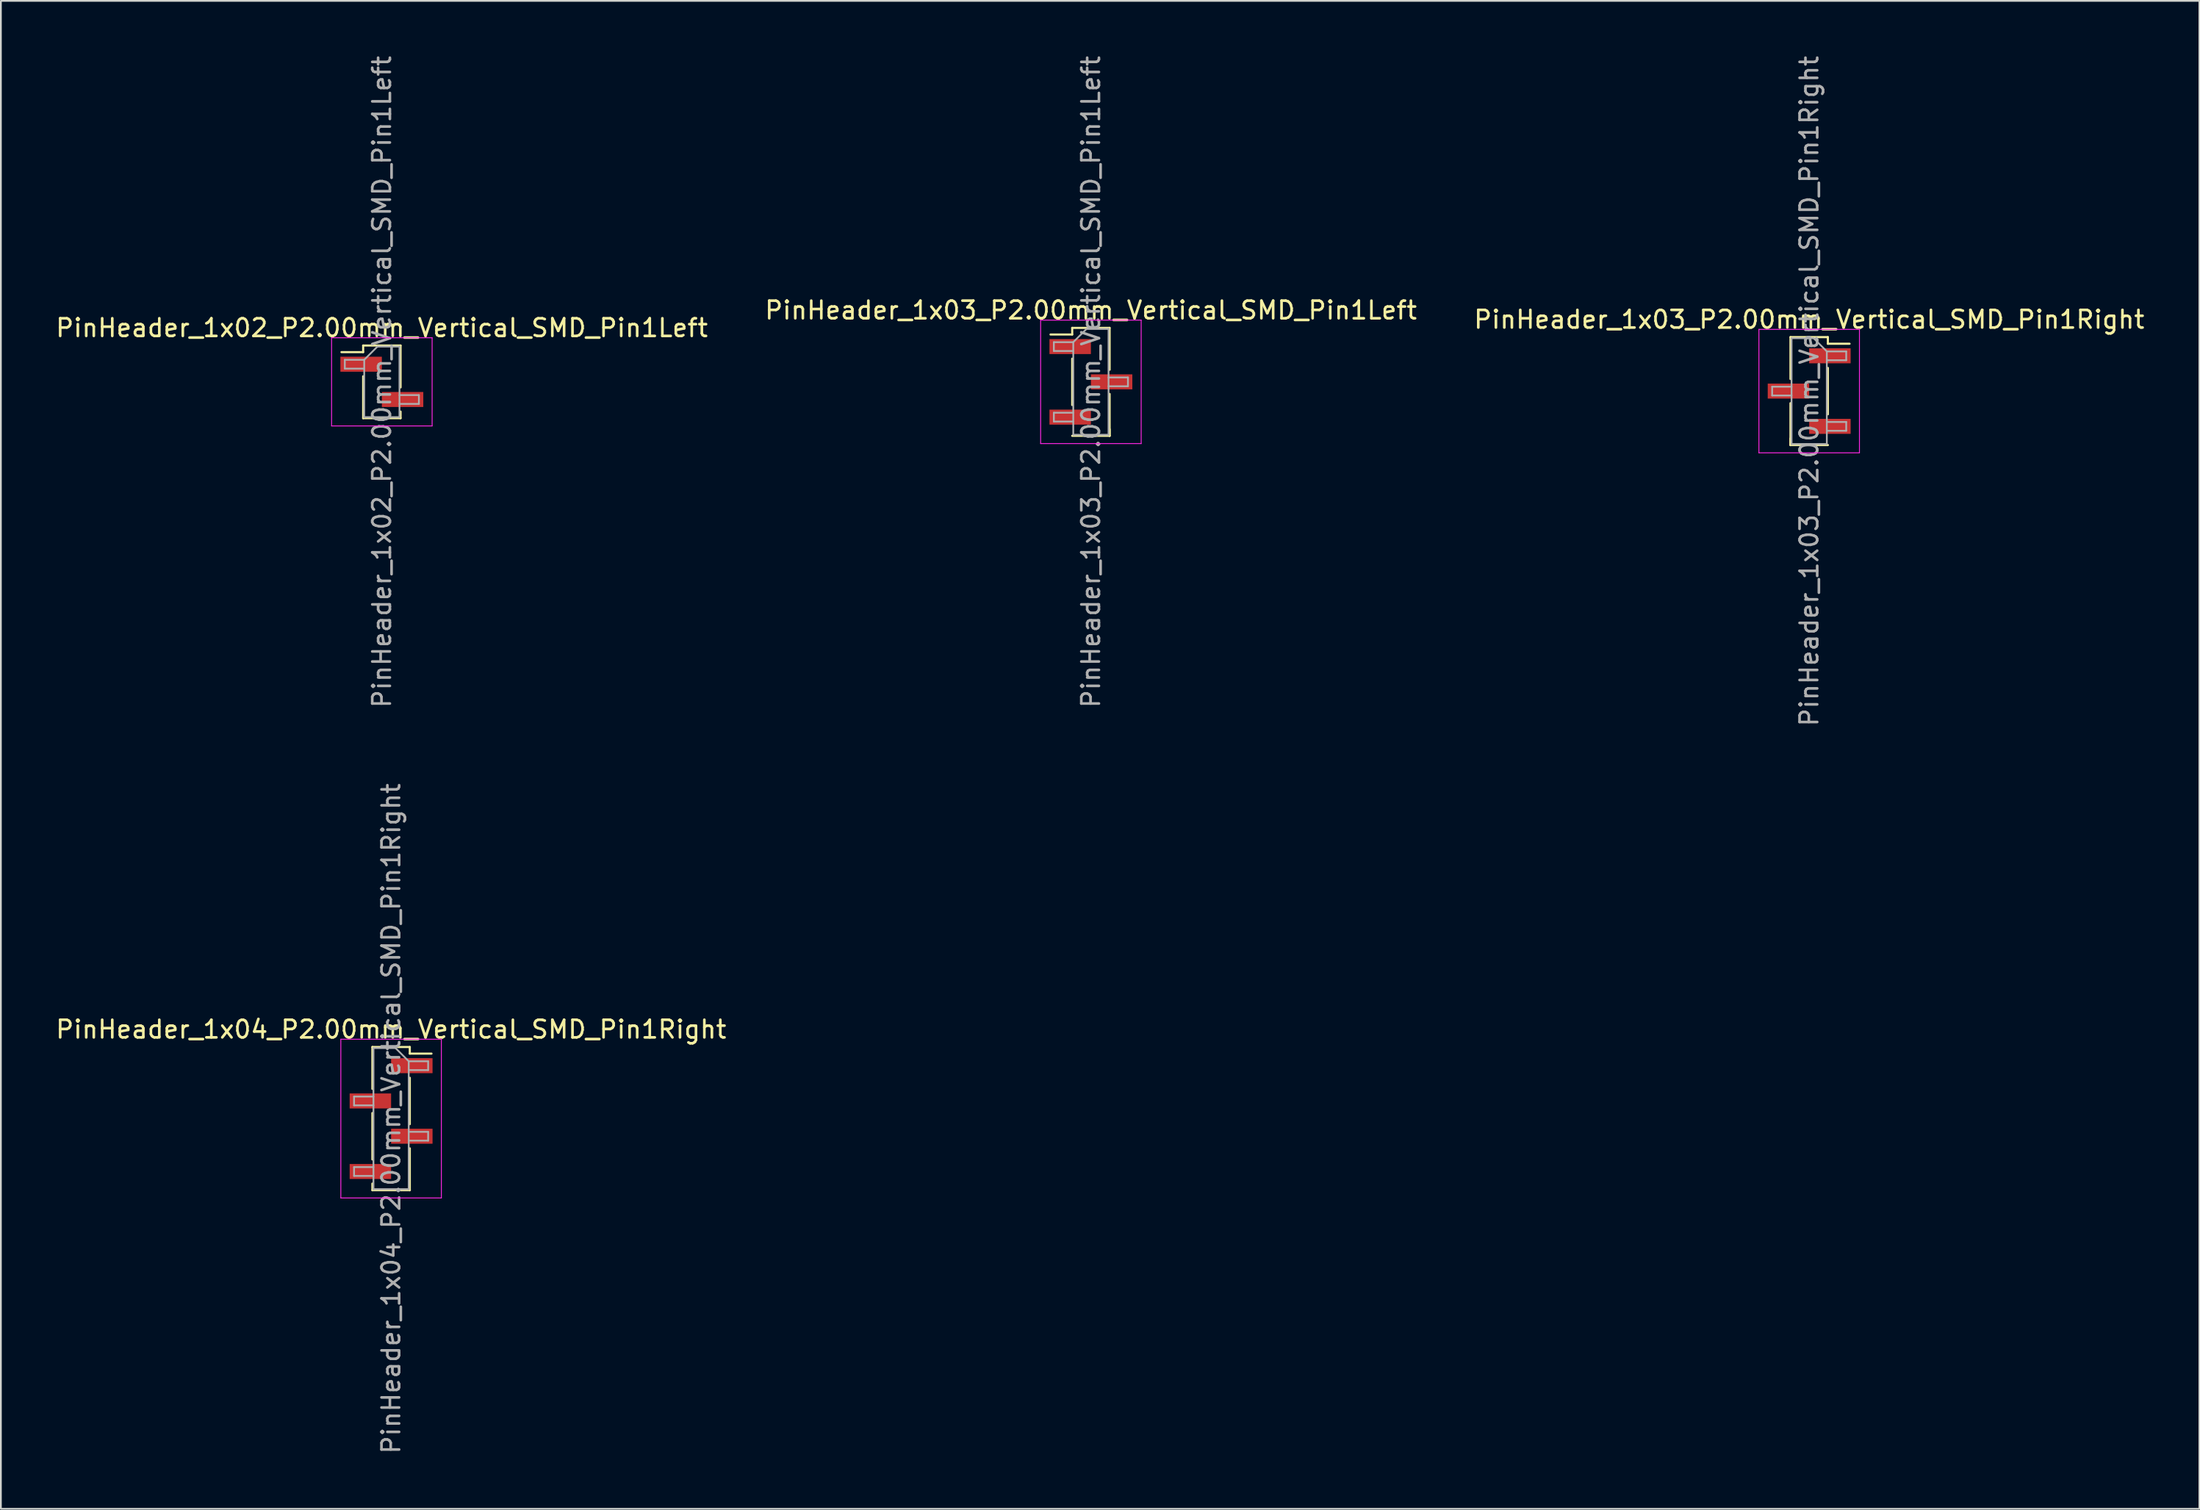
<source format=kicad_pcb>
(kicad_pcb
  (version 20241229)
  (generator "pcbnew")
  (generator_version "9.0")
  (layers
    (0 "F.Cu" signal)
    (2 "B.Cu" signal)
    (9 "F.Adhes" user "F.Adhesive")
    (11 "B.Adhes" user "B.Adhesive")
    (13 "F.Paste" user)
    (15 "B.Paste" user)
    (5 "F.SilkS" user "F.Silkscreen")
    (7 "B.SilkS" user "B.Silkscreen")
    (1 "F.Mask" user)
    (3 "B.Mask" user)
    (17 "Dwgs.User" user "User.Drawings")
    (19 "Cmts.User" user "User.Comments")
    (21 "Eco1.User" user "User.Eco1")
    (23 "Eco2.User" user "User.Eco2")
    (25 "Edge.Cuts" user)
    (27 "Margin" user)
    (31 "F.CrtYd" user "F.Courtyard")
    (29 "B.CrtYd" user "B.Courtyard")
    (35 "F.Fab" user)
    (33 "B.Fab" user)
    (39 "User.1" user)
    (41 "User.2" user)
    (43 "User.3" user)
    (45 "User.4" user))
  (footprint "PinHeader_1x03_P2.00mm_Vertical_SMD_Pin1Right"
    (layer "F.Cu")
    (at 99.53 19.125)
    (property "Reference" "PinHeader_1x03_P2.00mm_Vertical_SMD_Pin1Right" (at 0 -4.06 0) (layer "F.SilkS") (effects (font (size 1 1) (thickness 0.15))))
    (attr smd)
    (fp_line (start -1.06 -3.06) (end -1.06 -0.685) (stroke (width 0.12) (type solid)) (layer "F.SilkS"))
    (fp_line (start -1.06 -3.06) (end 1.06 -3.06) (stroke (width 0.12) (type solid)) (layer "F.SilkS"))
    (fp_line (start -1.06 0.685) (end -1.06 3.06) (stroke (width 0.12) (type solid)) (layer "F.SilkS"))
    (fp_line (start -1.06 2.685) (end -1.06 3.06) (stroke (width 0.12) (type solid)) (layer "F.SilkS"))
    (fp_line (start -1.06 3.06) (end 1.06 3.06) (stroke (width 0.12) (type solid)) (layer "F.SilkS"))
    (fp_line (start 1.06 -3.06) (end 1.06 -2.685) (stroke (width 0.12) (type solid)) (layer "F.SilkS"))
    (fp_line (start 1.06 -2.685) (end 2.29 -2.685) (stroke (width 0.12) (type solid)) (layer "F.SilkS"))
    (fp_line (start 1.06 -1.315) (end 1.06 1.315) (stroke (width 0.12) (type solid)) (layer "F.SilkS"))
    (fp_line (start -2.85 -3.5) (end -2.85 3.5) (stroke (width 0.05) (type solid)) (layer "F.CrtYd"))
    (fp_line (start -2.85 3.5) (end 2.85 3.5) (stroke (width 0.05) (type solid)) (layer "F.CrtYd"))
    (fp_line (start 2.85 -3.5) (end -2.85 -3.5) (stroke (width 0.05) (type solid)) (layer "F.CrtYd"))
    (fp_line (start 2.85 3.5) (end 2.85 -3.5) (stroke (width 0.05) (type solid)) (layer "F.CrtYd"))
    (fp_line (start -2.1 -0.25) (end -2.1 0.25) (stroke (width 0.1) (type solid)) (layer "F.Fab"))
    (fp_line (start -2.1 0.25) (end -1 0.25) (stroke (width 0.1) (type solid)) (layer "F.Fab"))
    (fp_line (start -1 -3) (end -1 3) (stroke (width 0.1) (type solid)) (layer "F.Fab"))
    (fp_line (start -1 -3) (end 0.25 -3) (stroke (width 0.1) (type solid)) (layer "F.Fab"))
    (fp_line (start -1 -0.25) (end -2.1 -0.25) (stroke (width 0.1) (type solid)) (layer "F.Fab"))
    (fp_line (start 1 -2.25) (end 0.25 -3) (stroke (width 0.1) (type solid)) (layer "F.Fab"))
    (fp_line (start 1 -2.25) (end 2.1 -2.25) (stroke (width 0.1) (type solid)) (layer "F.Fab"))
    (fp_line (start 1 1.75) (end 2.1 1.75) (stroke (width 0.1) (type solid)) (layer "F.Fab"))
    (fp_line (start 1 3) (end -1 3) (stroke (width 0.1) (type solid)) (layer "F.Fab"))
    (fp_line (start 1 3) (end 1 -2.25) (stroke (width 0.1) (type solid)) (layer "F.Fab"))
    (fp_line (start 2.1 -2.25) (end 2.1 -1.75) (stroke (width 0.1) (type solid)) (layer "F.Fab"))
    (fp_line (start 2.1 -1.75) (end 1 -1.75) (stroke (width 0.1) (type solid)) (layer "F.Fab"))
    (fp_line (start 2.1 1.75) (end 2.1 2.25) (stroke (width 0.1) (type solid)) (layer "F.Fab"))
    (fp_line (start 2.1 2.25) (end 1 2.25) (stroke (width 0.1) (type solid)) (layer "F.Fab"))
    (fp_text user "${REFERENCE}" (at 0 0 90) (layer "F.Fab") (effects (font (size 1 1) (thickness 0.15))))
    (pad "1" smd rect (at 1.175 -2) (size 2.35 0.85) (layers "F.Cu" "F.Mask" "F.Paste"))
    (pad "2" smd rect (at -1.175 0) (size 2.35 0.85) (layers "F.Cu" "F.Mask" "F.Paste"))
    (pad "3" smd rect (at 1.175 2) (size 2.35 0.85) (layers "F.Cu" "F.Mask" "F.Paste")))
  (footprint "PinHeader_1x04_P2.00mm_Vertical_SMD_Pin1Right"
    (layer "F.Cu")
    (at 19.125 60.375)
    (property "Reference" "PinHeader_1x04_P2.00mm_Vertical_SMD_Pin1Right" (at 0 -5.06 0) (layer "F.SilkS") (effects (font (size 1 1) (thickness 0.15))))
    (attr smd)
    (fp_line (start -1.06 -4.06) (end -1.06 -1.685) (stroke (width 0.12) (type solid)) (layer "F.SilkS"))
    (fp_line (start -1.06 -4.06) (end 1.06 -4.06) (stroke (width 0.12) (type solid)) (layer "F.SilkS"))
    (fp_line (start -1.06 -0.315) (end -1.06 2.315) (stroke (width 0.12) (type solid)) (layer "F.SilkS"))
    (fp_line (start -1.06 3.685) (end -1.06 4.06) (stroke (width 0.12) (type solid)) (layer "F.SilkS"))
    (fp_line (start -1.06 4.06) (end 1.06 4.06) (stroke (width 0.12) (type solid)) (layer "F.SilkS"))
    (fp_line (start 1.06 -4.06) (end 1.06 -3.685) (stroke (width 0.12) (type solid)) (layer "F.SilkS"))
    (fp_line (start 1.06 -3.685) (end 2.29 -3.685) (stroke (width 0.12) (type solid)) (layer "F.SilkS"))
    (fp_line (start 1.06 -2.315) (end 1.06 0.315) (stroke (width 0.12) (type solid)) (layer "F.SilkS"))
    (fp_line (start 1.06 1.685) (end 1.06 4.06) (stroke (width 0.12) (type solid)) (layer "F.SilkS"))
    (fp_line (start -2.85 -4.5) (end -2.85 4.5) (stroke (width 0.05) (type solid)) (layer "F.CrtYd"))
    (fp_line (start -2.85 4.5) (end 2.85 4.5) (stroke (width 0.05) (type solid)) (layer "F.CrtYd"))
    (fp_line (start 2.85 -4.5) (end -2.85 -4.5) (stroke (width 0.05) (type solid)) (layer "F.CrtYd"))
    (fp_line (start 2.85 4.5) (end 2.85 -4.5) (stroke (width 0.05) (type solid)) (layer "F.CrtYd"))
    (fp_line (start -2.1 -1.25) (end -2.1 -0.75) (stroke (width 0.1) (type solid)) (layer "F.Fab"))
    (fp_line (start -2.1 -0.75) (end -1 -0.75) (stroke (width 0.1) (type solid)) (layer "F.Fab"))
    (fp_line (start -2.1 2.75) (end -2.1 3.25) (stroke (width 0.1) (type solid)) (layer "F.Fab"))
    (fp_line (start -2.1 3.25) (end -1 3.25) (stroke (width 0.1) (type solid)) (layer "F.Fab"))
    (fp_line (start -1 -4) (end -1 4) (stroke (width 0.1) (type solid)) (layer "F.Fab"))
    (fp_line (start -1 -4) (end 0.25 -4) (stroke (width 0.1) (type solid)) (layer "F.Fab"))
    (fp_line (start -1 -1.25) (end -2.1 -1.25) (stroke (width 0.1) (type solid)) (layer "F.Fab"))
    (fp_line (start -1 2.75) (end -2.1 2.75) (stroke (width 0.1) (type solid)) (layer "F.Fab"))
    (fp_line (start 1 -3.25) (end 0.25 -4) (stroke (width 0.1) (type solid)) (layer "F.Fab"))
    (fp_line (start 1 -3.25) (end 2.1 -3.25) (stroke (width 0.1) (type solid)) (layer "F.Fab"))
    (fp_line (start 1 0.75) (end 2.1 0.75) (stroke (width 0.1) (type solid)) (layer "F.Fab"))
    (fp_line (start 1 4) (end -1 4) (stroke (width 0.1) (type solid)) (layer "F.Fab"))
    (fp_line (start 1 4) (end 1 -3.25) (stroke (width 0.1) (type solid)) (layer "F.Fab"))
    (fp_line (start 2.1 -3.25) (end 2.1 -2.75) (stroke (width 0.1) (type solid)) (layer "F.Fab"))
    (fp_line (start 2.1 -2.75) (end 1 -2.75) (stroke (width 0.1) (type solid)) (layer "F.Fab"))
    (fp_line (start 2.1 0.75) (end 2.1 1.25) (stroke (width 0.1) (type solid)) (layer "F.Fab"))
    (fp_line (start 2.1 1.25) (end 1 1.25) (stroke (width 0.1) (type solid)) (layer "F.Fab"))
    (fp_text user "${REFERENCE}" (at 0 0 90) (layer "F.Fab") (effects (font (size 1 1) (thickness 0.15))))
    (pad "1" smd rect (at 1.175 -3) (size 2.35 0.85) (layers "F.Cu" "F.Mask" "F.Paste"))
    (pad "2" smd rect (at -1.175 -1) (size 2.35 0.85) (layers "F.Cu" "F.Mask" "F.Paste"))
    (pad "3" smd rect (at 1.175 1) (size 2.35 0.85) (layers "F.Cu" "F.Mask" "F.Paste"))
    (pad "4" smd rect (at -1.175 3) (size 2.35 0.85) (layers "F.Cu" "F.Mask" "F.Paste")))
  (footprint "PinHeader_1x02_P2.00mm_Vertical_SMD_Pin1Left"
    (layer "F.Cu")
    (at 18.601 18.601)
    (property "Reference" "PinHeader_1x02_P2.00mm_Vertical_SMD_Pin1Left" (at 0 -3.06 0) (layer "F.SilkS") (effects (font (size 1 1) (thickness 0.15))))
    (attr smd)
    (fp_line (start -1.06 -2.06) (end -1.06 -1.685) (stroke (width 0.12) (type solid)) (layer "F.SilkS"))
    (fp_line (start -1.06 -2.06) (end 1.06 -2.06) (stroke (width 0.12) (type solid)) (layer "F.SilkS"))
    (fp_line (start -1.06 -1.685) (end -2.29 -1.685) (stroke (width 0.12) (type solid)) (layer "F.SilkS"))
    (fp_line (start -1.06 -0.315) (end -1.06 2.06) (stroke (width 0.12) (type solid)) (layer "F.SilkS"))
    (fp_line (start -1.06 2.06) (end 1.06 2.06) (stroke (width 0.12) (type solid)) (layer "F.SilkS"))
    (fp_line (start 1.06 -2.06) (end 1.06 0.315) (stroke (width 0.12) (type solid)) (layer "F.SilkS"))
    (fp_line (start 1.06 1.685) (end 1.06 2.06) (stroke (width 0.12) (type solid)) (layer "F.SilkS"))
    (fp_line (start -2.85 -2.5) (end -2.85 2.5) (stroke (width 0.05) (type solid)) (layer "F.CrtYd"))
    (fp_line (start -2.85 2.5) (end 2.85 2.5) (stroke (width 0.05) (type solid)) (layer "F.CrtYd"))
    (fp_line (start 2.85 -2.5) (end -2.85 -2.5) (stroke (width 0.05) (type solid)) (layer "F.CrtYd"))
    (fp_line (start 2.85 2.5) (end 2.85 -2.5) (stroke (width 0.05) (type solid)) (layer "F.CrtYd"))
    (fp_line (start -2.1 -1.25) (end -2.1 -0.75) (stroke (width 0.1) (type solid)) (layer "F.Fab"))
    (fp_line (start -2.1 -0.75) (end -1 -0.75) (stroke (width 0.1) (type solid)) (layer "F.Fab"))
    (fp_line (start -1 -1.25) (end -2.1 -1.25) (stroke (width 0.1) (type solid)) (layer "F.Fab"))
    (fp_line (start -1 -1.25) (end -0.25 -2) (stroke (width 0.1) (type solid)) (layer "F.Fab"))
    (fp_line (start -1 2) (end -1 -1.25) (stroke (width 0.1) (type solid)) (layer "F.Fab"))
    (fp_line (start -0.25 -2) (end 1 -2) (stroke (width 0.1) (type solid)) (layer "F.Fab"))
    (fp_line (start 1 -2) (end 1 2) (stroke (width 0.1) (type solid)) (layer "F.Fab"))
    (fp_line (start 1 0.75) (end 2.1 0.75) (stroke (width 0.1) (type solid)) (layer "F.Fab"))
    (fp_line (start 1 2) (end -1 2) (stroke (width 0.1) (type solid)) (layer "F.Fab"))
    (fp_line (start 2.1 0.75) (end 2.1 1.25) (stroke (width 0.1) (type solid)) (layer "F.Fab"))
    (fp_line (start 2.1 1.25) (end 1 1.25) (stroke (width 0.1) (type solid)) (layer "F.Fab"))
    (fp_text user "${REFERENCE}" (at 0 0 90) (layer "F.Fab") (effects (font (size 1 1) (thickness 0.15))))
    (pad "1" smd rect (at -1.175 -1) (size 2.35 0.85) (layers "F.Cu" "F.Mask" "F.Paste"))
    (pad "2" smd rect (at 1.175 1) (size 2.35 0.85) (layers "F.Cu" "F.Mask" "F.Paste")))
  (footprint "PinHeader_1x03_P2.00mm_Vertical_SMD_Pin1Left"
    (layer "F.Cu")
    (at 58.804 18.601)
    (property "Reference" "PinHeader_1x03_P2.00mm_Vertical_SMD_Pin1Left" (at 0 -4.06 0) (layer "F.SilkS") (effects (font (size 1 1) (thickness 0.15))))
    (attr smd)
    (fp_line (start -1.06 -3.06) (end -1.06 -2.685) (stroke (width 0.12) (type solid)) (layer "F.SilkS"))
    (fp_line (start -1.06 -3.06) (end 1.06 -3.06) (stroke (width 0.12) (type solid)) (layer "F.SilkS"))
    (fp_line (start -1.06 -2.685) (end -2.29 -2.685) (stroke (width 0.12) (type solid)) (layer "F.SilkS"))
    (fp_line (start -1.06 -1.315) (end -1.06 1.315) (stroke (width 0.12) (type solid)) (layer "F.SilkS"))
    (fp_line (start -1.06 3.06) (end 1.06 3.06) (stroke (width 0.12) (type solid)) (layer "F.SilkS"))
    (fp_line (start 1.06 -3.06) (end 1.06 -0.685) (stroke (width 0.12) (type solid)) (layer "F.SilkS"))
    (fp_line (start 1.06 0.685) (end 1.06 3.06) (stroke (width 0.12) (type solid)) (layer "F.SilkS"))
    (fp_line (start 1.06 2.685) (end 1.06 3.06) (stroke (width 0.12) (type solid)) (layer "F.SilkS"))
    (fp_line (start -2.85 -3.5) (end -2.85 3.5) (stroke (width 0.05) (type solid)) (layer "F.CrtYd"))
    (fp_line (start -2.85 3.5) (end 2.85 3.5) (stroke (width 0.05) (type solid)) (layer "F.CrtYd"))
    (fp_line (start 2.85 -3.5) (end -2.85 -3.5) (stroke (width 0.05) (type solid)) (layer "F.CrtYd"))
    (fp_line (start 2.85 3.5) (end 2.85 -3.5) (stroke (width 0.05) (type solid)) (layer "F.CrtYd"))
    (fp_line (start -2.1 -2.25) (end -2.1 -1.75) (stroke (width 0.1) (type solid)) (layer "F.Fab"))
    (fp_line (start -2.1 -1.75) (end -1 -1.75) (stroke (width 0.1) (type solid)) (layer "F.Fab"))
    (fp_line (start -2.1 1.75) (end -2.1 2.25) (stroke (width 0.1) (type solid)) (layer "F.Fab"))
    (fp_line (start -2.1 2.25) (end -1 2.25) (stroke (width 0.1) (type solid)) (layer "F.Fab"))
    (fp_line (start -1 -2.25) (end -2.1 -2.25) (stroke (width 0.1) (type solid)) (layer "F.Fab"))
    (fp_line (start -1 -2.25) (end -0.25 -3) (stroke (width 0.1) (type solid)) (layer "F.Fab"))
    (fp_line (start -1 1.75) (end -2.1 1.75) (stroke (width 0.1) (type solid)) (layer "F.Fab"))
    (fp_line (start -1 3) (end -1 -2.25) (stroke (width 0.1) (type solid)) (layer "F.Fab"))
    (fp_line (start -0.25 -3) (end 1 -3) (stroke (width 0.1) (type solid)) (layer "F.Fab"))
    (fp_line (start 1 -3) (end 1 3) (stroke (width 0.1) (type solid)) (layer "F.Fab"))
    (fp_line (start 1 -0.25) (end 2.1 -0.25) (stroke (width 0.1) (type solid)) (layer "F.Fab"))
    (fp_line (start 1 3) (end -1 3) (stroke (width 0.1) (type solid)) (layer "F.Fab"))
    (fp_line (start 2.1 -0.25) (end 2.1 0.25) (stroke (width 0.1) (type solid)) (layer "F.Fab"))
    (fp_line (start 2.1 0.25) (end 1 0.25) (stroke (width 0.1) (type solid)) (layer "F.Fab"))
    (fp_text user "${REFERENCE}" (at 0 0 90) (layer "F.Fab") (effects (font (size 1 1) (thickness 0.15))))
    (pad "1" smd rect (at -1.175 -2) (size 2.35 0.85) (layers "F.Cu" "F.Mask" "F.Paste"))
    (pad "2" smd rect (at 1.175 0) (size 2.35 0.85) (layers "F.Cu" "F.Mask" "F.Paste"))
    (pad "3" smd rect (at -1.175 2) (size 2.35 0.85) (layers "F.Cu" "F.Mask" "F.Paste")))
  (gr_rect
    (start -3 -3)
    (end 121.655 82.5)
    (stroke (width 0.1) (type default))
    (fill no)
    (layer "Edge.Cuts")))
</source>
